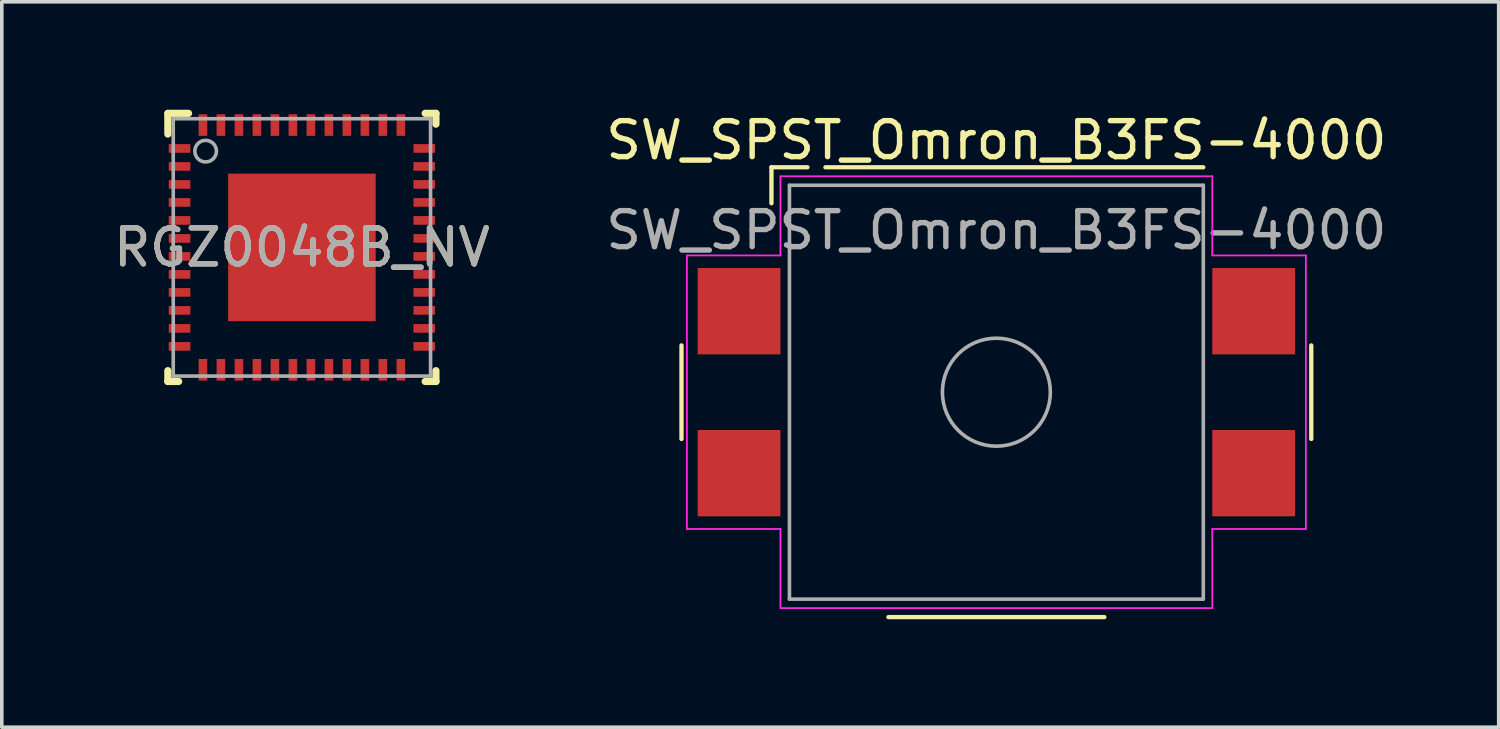
<source format=kicad_pcb>
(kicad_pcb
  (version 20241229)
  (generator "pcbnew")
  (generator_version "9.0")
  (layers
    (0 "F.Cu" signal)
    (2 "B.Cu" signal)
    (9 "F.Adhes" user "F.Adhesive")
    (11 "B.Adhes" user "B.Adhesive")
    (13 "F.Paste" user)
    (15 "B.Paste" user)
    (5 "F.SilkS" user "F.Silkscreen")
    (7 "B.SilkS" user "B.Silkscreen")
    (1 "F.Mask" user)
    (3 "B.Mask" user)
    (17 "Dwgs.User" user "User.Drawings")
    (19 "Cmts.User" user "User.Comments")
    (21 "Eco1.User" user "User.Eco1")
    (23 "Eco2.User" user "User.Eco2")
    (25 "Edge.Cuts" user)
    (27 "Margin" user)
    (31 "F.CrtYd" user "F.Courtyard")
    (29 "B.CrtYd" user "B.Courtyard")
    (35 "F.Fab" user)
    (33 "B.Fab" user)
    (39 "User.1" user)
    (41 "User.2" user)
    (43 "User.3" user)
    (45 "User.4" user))
  (footprint "RGZ0048B_NV"
    (layer "F.Cu")
    (at 5.339 3.825)
    (property "Reference" "RGZ0048B_NV" (at 0 0 0) (unlocked yes) (layer "F.SilkS") (effects (font (size 1 1) (thickness 0.15))))
    (attr smd)
    (fp_line (start -3.725 -3.725) (end -3.15 -3.725) (stroke (width 0.2) (type solid)) (layer "F.SilkS"))
    (fp_line (start -3.725 -3.15) (end -3.725 -3.725) (stroke (width 0.2) (type solid)) (layer "F.SilkS"))
    (fp_line (start -3.725 3.725) (end -3.725 3.425) (stroke (width 0.2) (type solid)) (layer "F.SilkS"))
    (fp_line (start -3.725 3.725) (end -3.425 3.725) (stroke (width 0.2) (type solid)) (layer "F.SilkS"))
    (fp_line (start 3.425 -3.725) (end 3.725 -3.725) (stroke (width 0.2) (type solid)) (layer "F.SilkS"))
    (fp_line (start 3.425 3.725) (end 3.725 3.725) (stroke (width 0.2) (type solid)) (layer "F.SilkS"))
    (fp_line (start 3.725 -3.425) (end 3.725 -3.725) (stroke (width 0.2) (type solid)) (layer "F.SilkS"))
    (fp_line (start 3.725 3.725) (end 3.725 3.425) (stroke (width 0.2) (type solid)) (layer "F.SilkS"))
    (fp_poly (pts (xy -1.955 -0.838) (xy -1.955 -1.902) (xy -1.954 -1.913) (xy -1.951 -1.922) (xy -1.946 -1.932) (xy -1.94 -1.94) (xy -1.932 -1.946) (xy -1.922 -1.951) (xy -1.913 -1.954) (xy -1.902 -1.955) (xy -0.838 -1.955) (xy -0.827 -1.954) (xy -0.818 -1.951) (xy -0.808 -1.946) (xy -0.8 -1.94) (xy -0.794 -1.932) (xy -0.789 -1.922) (xy -0.786 -1.913) (xy -0.785 -1.902) (xy -0.785 -0.838) (xy -0.786 -0.827) (xy -0.789 -0.818) (xy -0.794 -0.808) (xy -0.8 -0.8) (xy -0.808 -0.794) (xy -0.818 -0.789) (xy -0.827 -0.786) (xy -0.838 -0.785) (xy -1.902 -0.785) (xy -1.913 -0.786) (xy -1.922 -0.789) (xy -1.932 -0.794) (xy -1.94 -0.8) (xy -1.946 -0.808) (xy -1.951 -0.818) (xy -1.954 -0.827)) (stroke (width 0) (type solid)) (fill yes) (layer "F.Paste"))
    (fp_poly (pts (xy -1.955 0.532) (xy -1.955 -0.532) (xy -1.954 -0.543) (xy -1.951 -0.552) (xy -1.946 -0.562) (xy -1.94 -0.57) (xy -1.932 -0.576) (xy -1.922 -0.581) (xy -1.913 -0.584) (xy -1.902 -0.585) (xy -0.838 -0.585) (xy -0.827 -0.584) (xy -0.818 -0.581) (xy -0.808 -0.576) (xy -0.8 -0.57) (xy -0.794 -0.562) (xy -0.789 -0.552) (xy -0.786 -0.543) (xy -0.785 -0.532) (xy -0.785 0.532) (xy -0.786 0.543) (xy -0.789 0.552) (xy -0.794 0.562) (xy -0.8 0.57) (xy -0.808 0.576) (xy -0.818 0.581) (xy -0.827 0.584) (xy -0.838 0.585) (xy -1.902 0.585) (xy -1.913 0.584) (xy -1.922 0.581) (xy -1.932 0.576) (xy -1.94 0.57) (xy -1.946 0.562) (xy -1.951 0.552) (xy -1.954 0.543)) (stroke (width 0) (type solid)) (fill yes) (layer "F.Paste"))
    (fp_poly (pts (xy -1.955 1.902) (xy -1.955 0.838) (xy -1.954 0.827) (xy -1.951 0.818) (xy -1.946 0.808) (xy -1.94 0.8) (xy -1.932 0.794) (xy -1.922 0.789) (xy -1.913 0.786) (xy -1.902 0.785) (xy -0.838 0.785) (xy -0.827 0.786) (xy -0.818 0.789) (xy -0.808 0.794) (xy -0.8 0.8) (xy -0.794 0.808) (xy -0.789 0.818) (xy -0.786 0.827) (xy -0.785 0.838) (xy -0.785 1.902) (xy -0.786 1.913) (xy -0.789 1.922) (xy -0.794 1.932) (xy -0.8 1.94) (xy -0.808 1.946) (xy -0.818 1.951) (xy -0.827 1.954) (xy -0.838 1.955) (xy -1.902 1.955) (xy -1.913 1.954) (xy -1.922 1.951) (xy -1.932 1.946) (xy -1.94 1.94) (xy -1.946 1.932) (xy -1.951 1.922) (xy -1.954 1.913)) (stroke (width 0) (type solid)) (fill yes) (layer "F.Paste"))
    (fp_poly (pts (xy -0.585 -0.838) (xy -0.585 -1.902) (xy -0.584 -1.913) (xy -0.581 -1.922) (xy -0.576 -1.932) (xy -0.57 -1.94) (xy -0.562 -1.946) (xy -0.552 -1.951) (xy -0.543 -1.954) (xy -0.532 -1.955) (xy 0.532 -1.955) (xy 0.543 -1.954) (xy 0.552 -1.951) (xy 0.562 -1.946) (xy 0.57 -1.94) (xy 0.576 -1.932) (xy 0.581 -1.922) (xy 0.584 -1.913) (xy 0.585 -1.902) (xy 0.585 -0.838) (xy 0.584 -0.827) (xy 0.581 -0.818) (xy 0.576 -0.808) (xy 0.57 -0.8) (xy 0.562 -0.794) (xy 0.552 -0.789) (xy 0.543 -0.786) (xy 0.532 -0.785) (xy -0.532 -0.785) (xy -0.543 -0.786) (xy -0.552 -0.789) (xy -0.562 -0.794) (xy -0.57 -0.8) (xy -0.576 -0.808) (xy -0.581 -0.818) (xy -0.584 -0.827)) (stroke (width 0) (type solid)) (fill yes) (layer "F.Paste"))
    (fp_poly (pts (xy -0.585 0.532) (xy -0.585 -0.532) (xy -0.584 -0.543) (xy -0.581 -0.552) (xy -0.576 -0.562) (xy -0.57 -0.57) (xy -0.562 -0.576) (xy -0.552 -0.581) (xy -0.543 -0.584) (xy -0.532 -0.585) (xy 0.532 -0.585) (xy 0.543 -0.584) (xy 0.552 -0.581) (xy 0.562 -0.576) (xy 0.57 -0.57) (xy 0.576 -0.562) (xy 0.581 -0.552) (xy 0.584 -0.543) (xy 0.585 -0.532) (xy 0.585 0.532) (xy 0.584 0.543) (xy 0.581 0.552) (xy 0.576 0.562) (xy 0.57 0.57) (xy 0.562 0.576) (xy 0.552 0.581) (xy 0.543 0.584) (xy 0.532 0.585) (xy -0.532 0.585) (xy -0.543 0.584) (xy -0.552 0.581) (xy -0.562 0.576) (xy -0.57 0.57) (xy -0.576 0.562) (xy -0.581 0.552) (xy -0.584 0.543)) (stroke (width 0) (type solid)) (fill yes) (layer "F.Paste"))
    (fp_poly (pts (xy -0.585 1.902) (xy -0.585 0.838) (xy -0.584 0.827) (xy -0.581 0.818) (xy -0.576 0.808) (xy -0.57 0.8) (xy -0.562 0.794) (xy -0.552 0.789) (xy -0.543 0.786) (xy -0.532 0.785) (xy 0.532 0.785) (xy 0.543 0.786) (xy 0.552 0.789) (xy 0.562 0.794) (xy 0.57 0.8) (xy 0.576 0.808) (xy 0.581 0.818) (xy 0.584 0.827) (xy 0.585 0.838) (xy 0.585 1.902) (xy 0.584 1.913) (xy 0.581 1.922) (xy 0.576 1.932) (xy 0.57 1.94) (xy 0.562 1.946) (xy 0.552 1.951) (xy 0.543 1.954) (xy 0.532 1.955) (xy -0.532 1.955) (xy -0.543 1.954) (xy -0.552 1.951) (xy -0.562 1.946) (xy -0.57 1.94) (xy -0.576 1.932) (xy -0.581 1.922) (xy -0.584 1.913)) (stroke (width 0) (type solid)) (fill yes) (layer "F.Paste"))
    (fp_poly (pts (xy 0.785 -0.838) (xy 0.785 -1.902) (xy 0.786 -1.913) (xy 0.789 -1.922) (xy 0.794 -1.932) (xy 0.8 -1.94) (xy 0.808 -1.946) (xy 0.818 -1.951) (xy 0.827 -1.954) (xy 0.838 -1.955) (xy 1.902 -1.955) (xy 1.913 -1.954) (xy 1.922 -1.951) (xy 1.932 -1.946) (xy 1.94 -1.94) (xy 1.946 -1.932) (xy 1.951 -1.922) (xy 1.954 -1.913) (xy 1.955 -1.902) (xy 1.955 -0.838) (xy 1.954 -0.827) (xy 1.951 -0.818) (xy 1.946 -0.808) (xy 1.94 -0.8) (xy 1.932 -0.794) (xy 1.922 -0.789) (xy 1.913 -0.786) (xy 1.902 -0.785) (xy 0.838 -0.785) (xy 0.827 -0.786) (xy 0.818 -0.789) (xy 0.808 -0.794) (xy 0.8 -0.8) (xy 0.794 -0.808) (xy 0.789 -0.818) (xy 0.786 -0.827)) (stroke (width 0) (type solid)) (fill yes) (layer "F.Paste"))
    (fp_poly (pts (xy 0.785 0.532) (xy 0.785 -0.532) (xy 0.786 -0.543) (xy 0.789 -0.552) (xy 0.794 -0.562) (xy 0.8 -0.57) (xy 0.808 -0.576) (xy 0.818 -0.581) (xy 0.827 -0.584) (xy 0.838 -0.585) (xy 1.902 -0.585) (xy 1.913 -0.584) (xy 1.922 -0.581) (xy 1.932 -0.576) (xy 1.94 -0.57) (xy 1.946 -0.562) (xy 1.951 -0.552) (xy 1.954 -0.543) (xy 1.955 -0.532) (xy 1.955 0.532) (xy 1.954 0.543) (xy 1.951 0.552) (xy 1.946 0.562) (xy 1.94 0.57) (xy 1.932 0.576) (xy 1.922 0.581) (xy 1.913 0.584) (xy 1.902 0.585) (xy 0.838 0.585) (xy 0.827 0.584) (xy 0.818 0.581) (xy 0.808 0.576) (xy 0.8 0.57) (xy 0.794 0.562) (xy 0.789 0.552) (xy 0.786 0.543)) (stroke (width 0) (type solid)) (fill yes) (layer "F.Paste"))
    (fp_poly (pts (xy 0.785 1.902) (xy 0.785 0.838) (xy 0.786 0.827) (xy 0.789 0.818) (xy 0.794 0.808) (xy 0.8 0.8) (xy 0.808 0.794) (xy 0.818 0.789) (xy 0.827 0.786) (xy 0.838 0.785) (xy 1.902 0.785) (xy 1.913 0.786) (xy 1.922 0.789) (xy 1.932 0.794) (xy 1.94 0.8) (xy 1.946 0.808) (xy 1.951 0.818) (xy 1.954 0.827) (xy 1.955 0.838) (xy 1.955 1.902) (xy 1.954 1.913) (xy 1.951 1.922) (xy 1.946 1.932) (xy 1.94 1.94) (xy 1.932 1.946) (xy 1.922 1.951) (xy 1.913 1.954) (xy 1.902 1.955) (xy 0.838 1.955) (xy 0.827 1.954) (xy 0.818 1.951) (xy 0.808 1.946) (xy 0.8 1.94) (xy 0.794 1.932) (xy 0.789 1.922) (xy 0.786 1.913)) (stroke (width 0) (type solid)) (fill yes) (layer "F.Paste"))
    (fp_line (start -3.575 -3.575) (end 3.575 -3.575) (stroke (width 0.1) (type solid)) (layer "F.Fab"))
    (fp_line (start -3.575 3.575) (end -3.575 -3.575) (stroke (width 0.1) (type solid)) (layer "F.Fab"))
    (fp_line (start -3.575 3.575) (end 3.575 3.575) (stroke (width 0.1) (type solid)) (layer "F.Fab"))
    (fp_line (start 3.575 3.575) (end 3.575 -3.575) (stroke (width 0.1) (type solid)) (layer "F.Fab"))
    (fp_circle (center -2.675 -2.675) (end -2.375 -2.675) (stroke (width 0.1) (type solid)) (fill no) (layer "F.Fab"))
    (fp_text user "${REFERENCE}" (at 0 0 0) (unlocked yes) (layer "F.Fab") (effects (font (size 1 1) (thickness 0.15))))
    (pad "1" smd rect (at -3.4 -2.75 90) (size 0.24 0.6) (layers "F.Cu" "F.Mask" "F.Paste"))
    (pad "2" smd rect (at -3.4 -2.25 90) (size 0.24 0.6) (layers "F.Cu" "F.Mask" "F.Paste"))
    (pad "3" smd rect (at -3.4 -1.75 90) (size 0.24 0.6) (layers "F.Cu" "F.Mask" "F.Paste"))
    (pad "4" smd rect (at -3.4 -1.25 90) (size 0.24 0.6) (layers "F.Cu" "F.Mask" "F.Paste"))
    (pad "5" smd rect (at -3.4 -0.75 90) (size 0.24 0.6) (layers "F.Cu" "F.Mask" "F.Paste"))
    (pad "6" smd rect (at -3.4 -0.25 90) (size 0.24 0.6) (layers "F.Cu" "F.Mask" "F.Paste"))
    (pad "7" smd rect (at -3.4 0.25 90) (size 0.24 0.6) (layers "F.Cu" "F.Mask" "F.Paste"))
    (pad "8" smd rect (at -3.4 0.75 90) (size 0.24 0.6) (layers "F.Cu" "F.Mask" "F.Paste"))
    (pad "9" smd rect (at -3.4 1.25 90) (size 0.24 0.6) (layers "F.Cu" "F.Mask" "F.Paste"))
    (pad "10" smd rect (at -3.4 1.75 90) (size 0.24 0.6) (layers "F.Cu" "F.Mask" "F.Paste"))
    (pad "11" smd rect (at -3.4 2.25 90) (size 0.24 0.6) (layers "F.Cu" "F.Mask" "F.Paste"))
    (pad "12" smd rect (at -3.4 2.75 90) (size 0.24 0.6) (layers "F.Cu" "F.Mask" "F.Paste"))
    (pad "13" smd rect (at -2.75 3.4) (size 0.24 0.6) (layers "F.Cu" "F.Mask" "F.Paste"))
    (pad "14" smd rect (at -2.25 3.4) (size 0.24 0.6) (layers "F.Cu" "F.Mask" "F.Paste"))
    (pad "15" smd rect (at -1.75 3.4) (size 0.24 0.6) (layers "F.Cu" "F.Mask" "F.Paste"))
    (pad "16" smd rect (at -1.25 3.4) (size 0.24 0.6) (layers "F.Cu" "F.Mask" "F.Paste"))
    (pad "17" smd rect (at -0.75 3.4) (size 0.24 0.6) (layers "F.Cu" "F.Mask" "F.Paste"))
    (pad "18" smd rect (at -0.25 3.4) (size 0.24 0.6) (layers "F.Cu" "F.Mask" "F.Paste"))
    (pad "19" smd rect (at 0.25 3.4) (size 0.24 0.6) (layers "F.Cu" "F.Mask" "F.Paste"))
    (pad "20" smd rect (at 0.75 3.4) (size 0.24 0.6) (layers "F.Cu" "F.Mask" "F.Paste"))
    (pad "21" smd rect (at 1.25 3.4) (size 0.24 0.6) (layers "F.Cu" "F.Mask" "F.Paste"))
    (pad "22" smd rect (at 1.75 3.4) (size 0.24 0.6) (layers "F.Cu" "F.Mask" "F.Paste"))
    (pad "23" smd rect (at 2.25 3.4) (size 0.24 0.6) (layers "F.Cu" "F.Mask" "F.Paste"))
    (pad "24" smd rect (at 2.75 3.4) (size 0.24 0.6) (layers "F.Cu" "F.Mask" "F.Paste"))
    (pad "25" smd rect (at 3.4 2.75 90) (size 0.24 0.6) (layers "F.Cu" "F.Mask" "F.Paste"))
    (pad "26" smd rect (at 3.4 2.25 90) (size 0.24 0.6) (layers "F.Cu" "F.Mask" "F.Paste"))
    (pad "27" smd rect (at 3.4 1.75 90) (size 0.24 0.6) (layers "F.Cu" "F.Mask" "F.Paste"))
    (pad "28" smd rect (at 3.4 1.25 90) (size 0.24 0.6) (layers "F.Cu" "F.Mask" "F.Paste"))
    (pad "29" smd rect (at 3.4 0.75 90) (size 0.24 0.6) (layers "F.Cu" "F.Mask" "F.Paste"))
    (pad "30" smd rect (at 3.4 0.25 90) (size 0.24 0.6) (layers "F.Cu" "F.Mask" "F.Paste"))
    (pad "31" smd rect (at 3.4 -0.25 90) (size 0.24 0.6) (layers "F.Cu" "F.Mask" "F.Paste"))
    (pad "32" smd rect (at 3.4 -0.75 90) (size 0.24 0.6) (layers "F.Cu" "F.Mask" "F.Paste"))
    (pad "33" smd rect (at 3.4 -1.25 90) (size 0.24 0.6) (layers "F.Cu" "F.Mask" "F.Paste"))
    (pad "34" smd rect (at 3.4 -1.75 90) (size 0.24 0.6) (layers "F.Cu" "F.Mask" "F.Paste"))
    (pad "35" smd rect (at 3.4 -2.25 90) (size 0.24 0.6) (layers "F.Cu" "F.Mask" "F.Paste"))
    (pad "36" smd rect (at 3.4 -2.75 90) (size 0.24 0.6) (layers "F.Cu" "F.Mask" "F.Paste"))
    (pad "37" smd rect (at 2.75 -3.4) (size 0.24 0.6) (layers "F.Cu" "F.Mask" "F.Paste"))
    (pad "38" smd rect (at 2.25 -3.4) (size 0.24 0.6) (layers "F.Cu" "F.Mask" "F.Paste"))
    (pad "39" smd rect (at 1.75 -3.4) (size 0.24 0.6) (layers "F.Cu" "F.Mask" "F.Paste"))
    (pad "40" smd rect (at 1.25 -3.4) (size 0.24 0.6) (layers "F.Cu" "F.Mask" "F.Paste"))
    (pad "41" smd rect (at 0.75 -3.4) (size 0.24 0.6) (layers "F.Cu" "F.Mask" "F.Paste"))
    (pad "42" smd rect (at 0.25 -3.4) (size 0.24 0.6) (layers "F.Cu" "F.Mask" "F.Paste"))
    (pad "43" smd rect (at -0.25 -3.4) (size 0.24 0.6) (layers "F.Cu" "F.Mask" "F.Paste"))
    (pad "44" smd rect (at -0.75 -3.4) (size 0.24 0.6) (layers "F.Cu" "F.Mask" "F.Paste"))
    (pad "45" smd rect (at -1.25 -3.4) (size 0.24 0.6) (layers "F.Cu" "F.Mask" "F.Paste"))
    (pad "46" smd rect (at -1.75 -3.4) (size 0.24 0.6) (layers "F.Cu" "F.Mask" "F.Paste"))
    (pad "47" smd rect (at -2.25 -3.4) (size 0.24 0.6) (layers "F.Cu" "F.Mask" "F.Paste"))
    (pad "48" smd rect (at -2.75 -3.4) (size 0.24 0.6) (layers "F.Cu" "F.Mask" "F.Paste"))
    (pad "49" smd rect (at 0 0) (size 4.1 4.1) (layers "F.Cu" "F.Mask")))
  (footprint "SW_SPST_Omron_B3FS-4000"
    (layer "F.Cu")
    (at 24.637 7.848)
    (property "Reference" "SW_SPST_Omron_B3FS-4000" (at 0 -7 0) (layer "F.SilkS") (effects (font (size 1 1) (thickness 0.15))))
    (attr smd)
    (fp_line (start -8.75 -1.3) (end -8.75 1.3) (stroke (width 0.12) (type solid)) (layer "F.SilkS"))
    (fp_line (start -6.25 -6.25) (end -5.25 -6.25) (stroke (width 0.12) (type solid)) (layer "F.SilkS"))
    (fp_line (start -6.25 -5.25) (end -6.25 -6.25) (stroke (width 0.12) (type solid)) (layer "F.SilkS"))
    (fp_line (start 3 6.25) (end -3 6.25) (stroke (width 0.12) (type solid)) (layer "F.SilkS"))
    (fp_line (start 5.75 -6.25) (end -4.75 -6.25) (stroke (width 0.12) (type solid)) (layer "F.SilkS"))
    (fp_line (start 8.75 -1.3) (end 8.75 1.3) (stroke (width 0.12) (type solid)) (layer "F.SilkS"))
    (fp_line (start -8.6 3.8) (end -8.6 -3.8) (stroke (width 0.05) (type solid)) (layer "F.CrtYd"))
    (fp_line (start -6 -6) (end -6 -3.8) (stroke (width 0.05) (type solid)) (layer "F.CrtYd"))
    (fp_line (start -6 -6) (end 6 -6) (stroke (width 0.05) (type solid)) (layer "F.CrtYd"))
    (fp_line (start -6 -3.8) (end -8.6 -3.8) (stroke (width 0.05) (type solid)) (layer "F.CrtYd"))
    (fp_line (start -6 3.8) (end -8.6 3.8) (stroke (width 0.05) (type solid)) (layer "F.CrtYd"))
    (fp_line (start -6 3.8) (end -6 6) (stroke (width 0.05) (type solid)) (layer "F.CrtYd"))
    (fp_line (start 6 -6) (end 6 -3.8) (stroke (width 0.05) (type solid)) (layer "F.CrtYd"))
    (fp_line (start 6 -3.8) (end 8.6 -3.8) (stroke (width 0.05) (type solid)) (layer "F.CrtYd"))
    (fp_line (start 6 3.8) (end 6 6) (stroke (width 0.05) (type solid)) (layer "F.CrtYd"))
    (fp_line (start 6 3.8) (end 8.6 3.8) (stroke (width 0.05) (type solid)) (layer "F.CrtYd"))
    (fp_line (start 6 6) (end -6 6) (stroke (width 0.05) (type solid)) (layer "F.CrtYd"))
    (fp_line (start 8.6 -3.8) (end 8.6 3.8) (stroke (width 0.05) (type solid)) (layer "F.CrtYd"))
    (fp_line (start -5.75 -5.75) (end 5.75 -5.75) (stroke (width 0.1) (type solid)) (layer "F.Fab"))
    (fp_line (start -5.75 5.75) (end -5.75 -5.75) (stroke (width 0.1) (type solid)) (layer "F.Fab"))
    (fp_line (start 5.75 -5.75) (end 5.75 5.75) (stroke (width 0.1) (type solid)) (layer "F.Fab"))
    (fp_line (start 5.75 5.75) (end -5.75 5.75) (stroke (width 0.1) (type solid)) (layer "F.Fab"))
    (fp_circle (center 0 0) (end 1.5 0) (stroke (width 0.1) (type solid)) (fill no) (layer "F.Fab"))
    (fp_text user "${REFERENCE}" (at 0 -4.5 0) (layer "F.Fab") (effects (font (size 1 1) (thickness 0.15))))
    (pad "1" smd rect (at -7.15 -2.25 180) (size 2.3 2.4) (layers "F.Cu" "F.Mask" "F.Paste"))
    (pad "1" smd rect (at 7.15 -2.25 180) (size 2.3 2.4) (layers "F.Cu" "F.Mask" "F.Paste"))
    (pad "2" smd rect (at -7.15 2.25 180) (size 2.3 2.4) (layers "F.Cu" "F.Mask" "F.Paste"))
    (pad "2" smd rect (at 7.15 2.25 180) (size 2.3 2.4) (layers "F.Cu" "F.Mask" "F.Paste")))
  (gr_rect
    (start -3 -3)
    (end 38.595 17.158)
    (stroke (width 0.1) (type default))
    (fill no)
    (layer "Edge.Cuts")))
</source>
